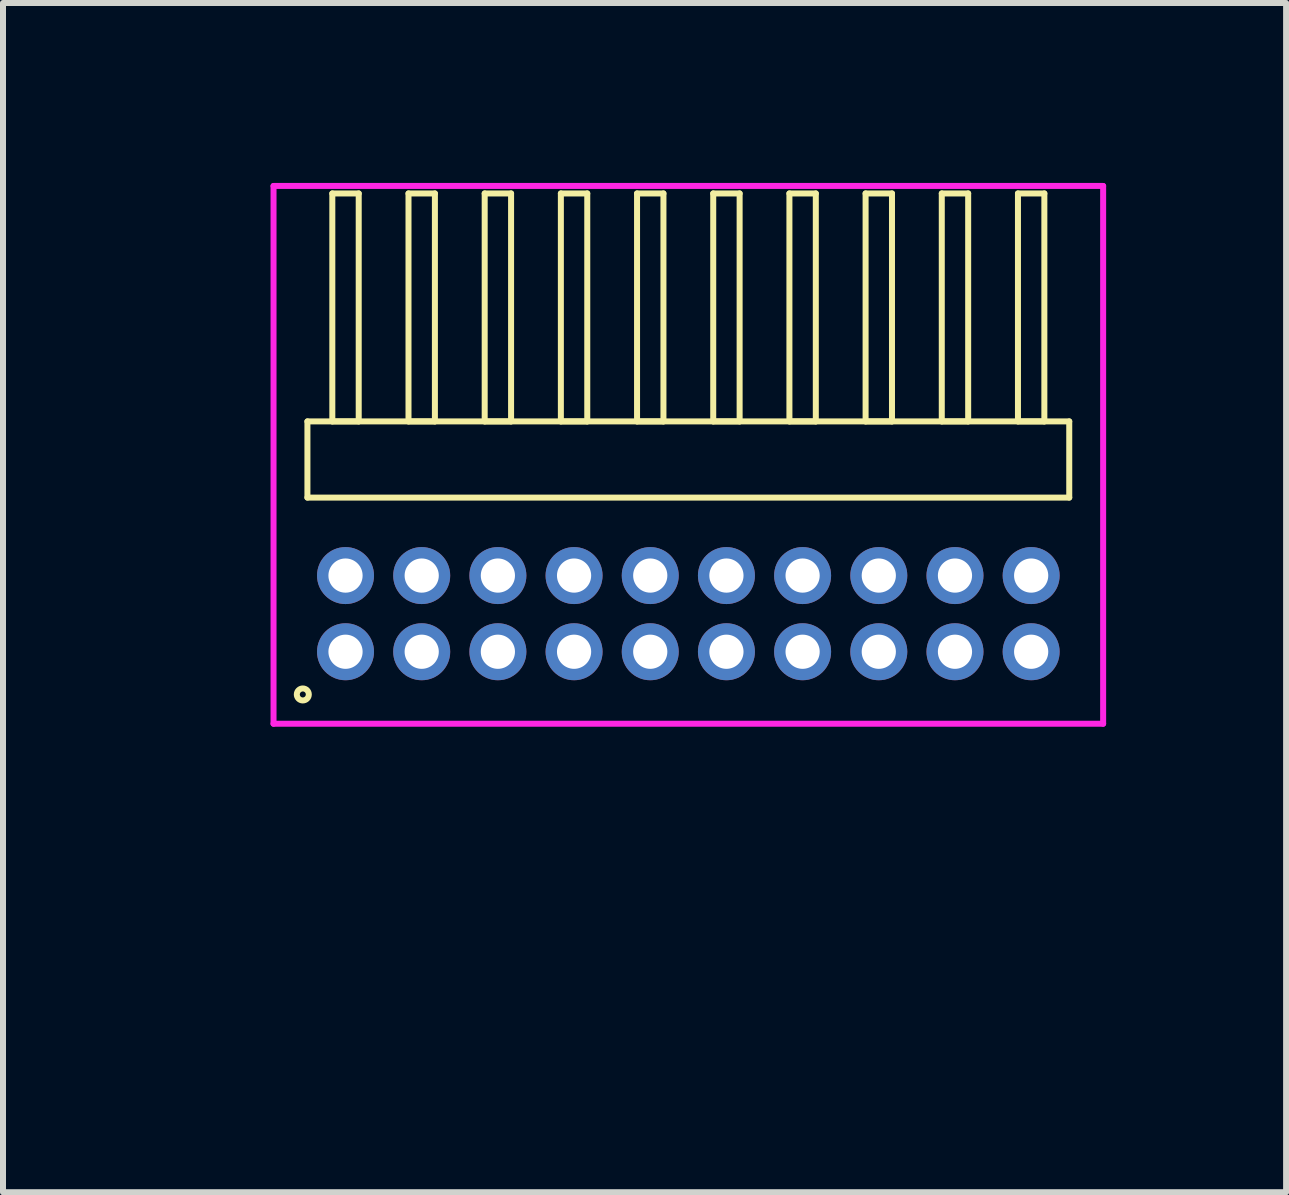
<source format=kicad_pcb>
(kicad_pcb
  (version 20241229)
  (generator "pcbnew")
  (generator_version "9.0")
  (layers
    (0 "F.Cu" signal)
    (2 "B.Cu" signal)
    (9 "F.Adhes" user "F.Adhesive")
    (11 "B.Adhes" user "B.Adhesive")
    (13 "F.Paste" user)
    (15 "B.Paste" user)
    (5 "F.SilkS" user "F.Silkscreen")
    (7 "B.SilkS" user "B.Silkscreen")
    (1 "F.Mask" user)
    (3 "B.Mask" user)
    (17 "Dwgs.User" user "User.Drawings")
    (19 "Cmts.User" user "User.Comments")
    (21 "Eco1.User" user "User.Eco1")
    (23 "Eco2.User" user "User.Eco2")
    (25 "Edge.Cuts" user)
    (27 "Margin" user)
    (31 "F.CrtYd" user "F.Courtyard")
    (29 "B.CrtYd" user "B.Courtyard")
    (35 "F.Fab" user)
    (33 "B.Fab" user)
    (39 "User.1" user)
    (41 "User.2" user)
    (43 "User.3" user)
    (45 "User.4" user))
  (footprint "HDR_RA127P10x2"
    (layer "F.Cu")
    (at 8.425 7.18)
    (property "Reference" "HDR_RA127P10x2" (at -7.665 0 90) (layer "User.1") (effects (font (size 1 1) (thickness 0.1))))
    (attr through_hole)
    (fp_line (start -6.35 -3.205) (end -6.35 -1.935) (stroke (width 0.1) (type solid)) (layer "F.SilkS"))
    (fp_line (start -6.35 -1.935) (end 6.35 -1.935) (stroke (width 0.1) (type solid)) (layer "F.SilkS"))
    (fp_line (start -5.935 -7.005) (end -5.935 -3.205) (stroke (width 0.1) (type solid)) (layer "F.SilkS"))
    (fp_line (start -5.935 -3.205) (end -5.495 -3.205) (stroke (width 0.1) (type solid)) (layer "F.SilkS"))
    (fp_line (start -5.495 -7.005) (end -5.935 -7.005) (stroke (width 0.1) (type solid)) (layer "F.SilkS"))
    (fp_line (start -5.495 -3.205) (end -5.495 -7.005) (stroke (width 0.1) (type solid)) (layer "F.SilkS"))
    (fp_line (start -4.665 -7.005) (end -4.665 -3.205) (stroke (width 0.1) (type solid)) (layer "F.SilkS"))
    (fp_line (start -4.665 -3.205) (end -4.225 -3.205) (stroke (width 0.1) (type solid)) (layer "F.SilkS"))
    (fp_line (start -4.225 -7.005) (end -4.665 -7.005) (stroke (width 0.1) (type solid)) (layer "F.SilkS"))
    (fp_line (start -4.225 -3.205) (end -4.225 -7.005) (stroke (width 0.1) (type solid)) (layer "F.SilkS"))
    (fp_line (start -3.395 -7.005) (end -3.395 -3.205) (stroke (width 0.1) (type solid)) (layer "F.SilkS"))
    (fp_line (start -3.395 -3.205) (end -2.955 -3.205) (stroke (width 0.1) (type solid)) (layer "F.SilkS"))
    (fp_line (start -2.955 -7.005) (end -3.395 -7.005) (stroke (width 0.1) (type solid)) (layer "F.SilkS"))
    (fp_line (start -2.955 -3.205) (end -2.955 -7.005) (stroke (width 0.1) (type solid)) (layer "F.SilkS"))
    (fp_line (start -2.125 -7.005) (end -2.125 -3.205) (stroke (width 0.1) (type solid)) (layer "F.SilkS"))
    (fp_line (start -2.125 -3.205) (end -1.685 -3.205) (stroke (width 0.1) (type solid)) (layer "F.SilkS"))
    (fp_line (start -1.685 -7.005) (end -2.125 -7.005) (stroke (width 0.1) (type solid)) (layer "F.SilkS"))
    (fp_line (start -1.685 -3.205) (end -1.685 -7.005) (stroke (width 0.1) (type solid)) (layer "F.SilkS"))
    (fp_line (start -0.855 -7.005) (end -0.855 -3.205) (stroke (width 0.1) (type solid)) (layer "F.SilkS"))
    (fp_line (start -0.855 -3.205) (end -0.415 -3.205) (stroke (width 0.1) (type solid)) (layer "F.SilkS"))
    (fp_line (start -0.415 -7.005) (end -0.855 -7.005) (stroke (width 0.1) (type solid)) (layer "F.SilkS"))
    (fp_line (start -0.415 -3.205) (end -0.415 -7.005) (stroke (width 0.1) (type solid)) (layer "F.SilkS"))
    (fp_line (start 0.415 -7.005) (end 0.415 -3.205) (stroke (width 0.1) (type solid)) (layer "F.SilkS"))
    (fp_line (start 0.415 -3.205) (end 0.855 -3.205) (stroke (width 0.1) (type solid)) (layer "F.SilkS"))
    (fp_line (start 0.855 -7.005) (end 0.415 -7.005) (stroke (width 0.1) (type solid)) (layer "F.SilkS"))
    (fp_line (start 0.855 -3.205) (end 0.855 -7.005) (stroke (width 0.1) (type solid)) (layer "F.SilkS"))
    (fp_line (start 1.685 -7.005) (end 1.685 -3.205) (stroke (width 0.1) (type solid)) (layer "F.SilkS"))
    (fp_line (start 1.685 -3.205) (end 2.125 -3.205) (stroke (width 0.1) (type solid)) (layer "F.SilkS"))
    (fp_line (start 2.125 -7.005) (end 1.685 -7.005) (stroke (width 0.1) (type solid)) (layer "F.SilkS"))
    (fp_line (start 2.125 -3.205) (end 2.125 -7.005) (stroke (width 0.1) (type solid)) (layer "F.SilkS"))
    (fp_line (start 2.955 -7.005) (end 2.955 -3.205) (stroke (width 0.1) (type solid)) (layer "F.SilkS"))
    (fp_line (start 2.955 -3.205) (end 3.395 -3.205) (stroke (width 0.1) (type solid)) (layer "F.SilkS"))
    (fp_line (start 3.395 -7.005) (end 2.955 -7.005) (stroke (width 0.1) (type solid)) (layer "F.SilkS"))
    (fp_line (start 3.395 -3.205) (end 3.395 -7.005) (stroke (width 0.1) (type solid)) (layer "F.SilkS"))
    (fp_line (start 4.225 -7.005) (end 4.225 -3.205) (stroke (width 0.1) (type solid)) (layer "F.SilkS"))
    (fp_line (start 4.225 -3.205) (end 4.665 -3.205) (stroke (width 0.1) (type solid)) (layer "F.SilkS"))
    (fp_line (start 4.665 -7.005) (end 4.225 -7.005) (stroke (width 0.1) (type solid)) (layer "F.SilkS"))
    (fp_line (start 4.665 -3.205) (end 4.665 -7.005) (stroke (width 0.1) (type solid)) (layer "F.SilkS"))
    (fp_line (start 5.495 -7.005) (end 5.495 -3.205) (stroke (width 0.1) (type solid)) (layer "F.SilkS"))
    (fp_line (start 5.495 -3.205) (end 5.935 -3.205) (stroke (width 0.1) (type solid)) (layer "F.SilkS"))
    (fp_line (start 5.935 -7.005) (end 5.495 -7.005) (stroke (width 0.1) (type solid)) (layer "F.SilkS"))
    (fp_line (start 5.935 -3.205) (end 5.935 -7.005) (stroke (width 0.1) (type solid)) (layer "F.SilkS"))
    (fp_line (start 6.35 -3.205) (end -6.35 -3.205) (stroke (width 0.1) (type solid)) (layer "F.SilkS"))
    (fp_line (start 6.35 -1.935) (end 6.35 -3.205) (stroke (width 0.1) (type solid)) (layer "F.SilkS"))
    (fp_circle (center -6.427 1.347) (end -6.327 1.347) (stroke (width 0.1) (type solid)) (fill no) (layer "F.SilkS"))
    (fp_line (start -6.915 -7.13) (end -6.915 1.835) (stroke (width 0.1) (type solid)) (layer "F.CrtYd"))
    (fp_line (start -6.915 1.835) (end 6.915 1.835) (stroke (width 0.1) (type solid)) (layer "F.CrtYd"))
    (fp_line (start 6.915 -7.13) (end -6.915 -7.13) (stroke (width 0.1) (type solid)) (layer "F.CrtYd"))
    (fp_line (start 6.915 1.835) (end 6.915 -7.13) (stroke (width 0.1) (type solid)) (layer "F.CrtYd"))
    (pad "1" thru_hole oval (at -5.715 0.635) (size 0.95 0.95) (drill 0.57) (layers "*.Cu" "*.Mask"))
    (pad "2" thru_hole oval (at -5.715 -0.635) (size 0.95 0.95) (drill 0.57) (layers "*.Cu" "*.Mask"))
    (pad "3" thru_hole oval (at -4.445 0.635) (size 0.95 0.95) (drill 0.57) (layers "*.Cu" "*.Mask"))
    (pad "4" thru_hole oval (at -4.445 -0.635) (size 0.95 0.95) (drill 0.57) (layers "*.Cu" "*.Mask"))
    (pad "5" thru_hole oval (at -3.175 0.635) (size 0.95 0.95) (drill 0.57) (layers "*.Cu" "*.Mask"))
    (pad "6" thru_hole oval (at -3.175 -0.635) (size 0.95 0.95) (drill 0.57) (layers "*.Cu" "*.Mask"))
    (pad "7" thru_hole oval (at -1.905 0.635) (size 0.95 0.95) (drill 0.57) (layers "*.Cu" "*.Mask"))
    (pad "8" thru_hole oval (at -1.905 -0.635) (size 0.95 0.95) (drill 0.57) (layers "*.Cu" "*.Mask"))
    (pad "9" thru_hole oval (at -0.635 0.635) (size 0.95 0.95) (drill 0.57) (layers "*.Cu" "*.Mask"))
    (pad "10" thru_hole oval (at -0.635 -0.635) (size 0.95 0.95) (drill 0.57) (layers "*.Cu" "*.Mask"))
    (pad "11" thru_hole oval (at 0.635 0.635) (size 0.95 0.95) (drill 0.57) (layers "*.Cu" "*.Mask"))
    (pad "12" thru_hole oval (at 0.635 -0.635) (size 0.95 0.95) (drill 0.57) (layers "*.Cu" "*.Mask"))
    (pad "13" thru_hole oval (at 1.905 0.635) (size 0.95 0.95) (drill 0.57) (layers "*.Cu" "*.Mask"))
    (pad "14" thru_hole oval (at 1.905 -0.635) (size 0.95 0.95) (drill 0.57) (layers "*.Cu" "*.Mask"))
    (pad "15" thru_hole oval (at 3.175 0.635) (size 0.95 0.95) (drill 0.57) (layers "*.Cu" "*.Mask"))
    (pad "16" thru_hole oval (at 3.175 -0.635) (size 0.95 0.95) (drill 0.57) (layers "*.Cu" "*.Mask"))
    (pad "17" thru_hole oval (at 4.445 0.635) (size 0.95 0.95) (drill 0.57) (layers "*.Cu" "*.Mask"))
    (pad "18" thru_hole oval (at 4.445 -0.635) (size 0.95 0.95) (drill 0.57) (layers "*.Cu" "*.Mask"))
    (pad "19" thru_hole oval (at 5.715 0.635) (size 0.95 0.95) (drill 0.57) (layers "*.Cu" "*.Mask"))
    (pad "20" thru_hole oval (at 5.715 -0.635) (size 0.95 0.95) (drill 0.57) (layers "*.Cu" "*.Mask")))
  (gr_rect
    (start -3 -3)
    (end 18.39 16.825)
    (stroke (width 0.1) (type default))
    (fill no)
    (layer "Edge.Cuts")))
</source>
